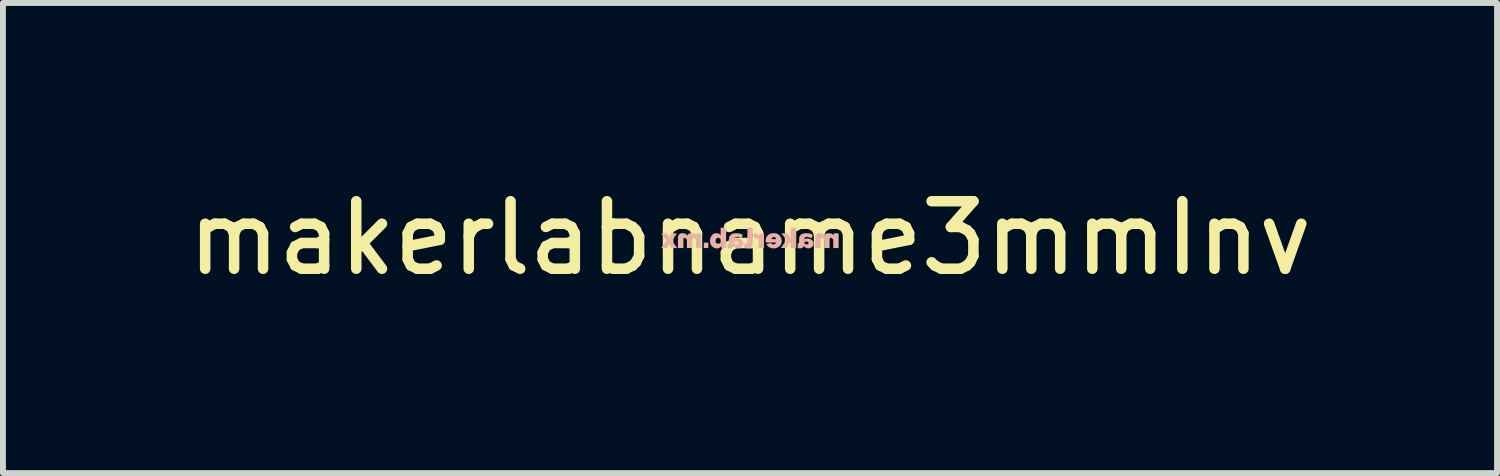
<source format=kicad_pcb>
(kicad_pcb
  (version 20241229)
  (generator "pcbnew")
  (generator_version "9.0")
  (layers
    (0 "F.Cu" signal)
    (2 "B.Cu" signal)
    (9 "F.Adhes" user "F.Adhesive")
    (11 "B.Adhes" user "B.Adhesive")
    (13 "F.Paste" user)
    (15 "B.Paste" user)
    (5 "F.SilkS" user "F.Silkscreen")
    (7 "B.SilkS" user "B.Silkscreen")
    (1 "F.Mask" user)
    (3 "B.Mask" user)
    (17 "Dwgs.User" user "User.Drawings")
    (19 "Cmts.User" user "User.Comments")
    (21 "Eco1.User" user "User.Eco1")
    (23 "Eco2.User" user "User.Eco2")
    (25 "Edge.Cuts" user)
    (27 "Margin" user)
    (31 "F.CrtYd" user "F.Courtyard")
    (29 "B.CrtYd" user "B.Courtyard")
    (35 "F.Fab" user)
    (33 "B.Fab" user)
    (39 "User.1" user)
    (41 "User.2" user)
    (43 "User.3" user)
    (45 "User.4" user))
  (footprint "makerlabname3mmInv"
    (layer "F.Cu")
    (at 9.65 0.981)
    (property "Reference" "makerlabname3mmInv" (at 0 0 0) (layer "F.SilkS") (effects (font (size 1.143 1.143) (thickness 0.178))))
    (attr through_hole)
    (fp_poly (pts (xy -0.78 0.168) (xy -0.744 0.168) (xy -0.709 0.168) (xy -0.709 0.124) (xy -0.709 0.081) (xy -0.744 0.081) (xy -0.78 0.081) (xy -0.78 0.124) (xy -0.78 0.168)) (stroke (width 0.003) (type solid)) (fill yes) (layer "B.SilkS"))
    (fp_poly (pts (xy 0.071 -0.003) (xy 0.086 0) (xy 0.102 0) (xy 0.117 0.005) (xy 0.13 0.008) (xy 0.14 0.013) (xy 0.145 0.018) (xy 0.15 0.02) (xy 0.15 0.094) (xy 0.15 0.168) (xy 0.193 0.168) (xy 0.236 0.168) (xy 0.236 0.046) (xy 0.236 -0.079) (xy 0.198 -0.076) (xy 0.157 -0.076) (xy 0.157 -0.053) (xy 0.157 -0.033) (xy 0.15 -0.043) (xy 0.14 -0.056) (xy 0.127 -0.066) (xy 0.114 -0.074) (xy 0.102 -0.079) (xy 0.091 -0.081) (xy 0.086 -0.081) (xy 0.081 -0.081) (xy 0.076 -0.081) (xy 0.071 -0.081) (xy 0.071 -0.041) (xy 0.071 -0.003)) (stroke (width 0.003) (type solid)) (fill yes) (layer "B.SilkS"))
    (fp_poly (pts (xy 0.526 0.168) (xy 0.574 0.168) (xy 0.62 0.168) (xy 0.645 0.124) (xy 0.653 0.114) (xy 0.658 0.104) (xy 0.663 0.097) (xy 0.668 0.089) (xy 0.671 0.084) (xy 0.673 0.081) (xy 0.676 0.081) (xy 0.678 0.081) (xy 0.681 0.086) (xy 0.683 0.089) (xy 0.693 0.097) (xy 0.693 0.132) (xy 0.693 0.168) (xy 0.737 0.168) (xy 0.78 0.168) (xy 0.78 -0.003) (xy 0.782 -0.173) (xy 0.737 -0.173) (xy 0.693 -0.173) (xy 0.691 -0.079) (xy 0.691 0.013) (xy 0.66 -0.033) (xy 0.627 -0.079) (xy 0.582 -0.079) (xy 0.569 -0.079) (xy 0.559 -0.079) (xy 0.551 -0.076) (xy 0.544 -0.076) (xy 0.538 -0.076) (xy 0.536 -0.076) (xy 0.538 -0.071) (xy 0.544 -0.066) (xy 0.549 -0.058) (xy 0.556 -0.051) (xy 0.564 -0.041) (xy 0.572 -0.03) (xy 0.577 -0.023) (xy 0.584 -0.013) (xy 0.592 -0.003) (xy 0.599 0.008) (xy 0.607 0.015) (xy 0.612 0.02) (xy 0.615 0.025) (xy 0.617 0.028) (xy 0.617 0.03) (xy 0.615 0.036) (xy 0.61 0.041) (xy 0.605 0.048) (xy 0.599 0.058) (xy 0.592 0.069) (xy 0.584 0.081) (xy 0.577 0.094) (xy 0.572 0.099) (xy 0.526 0.168)) (stroke (width 0.003) (type solid)) (fill yes) (layer "B.SilkS"))
    (fp_poly (pts (xy -0.099 0.152) (xy -0.099 0.157) (xy -0.097 0.157) (xy -0.094 0.16) (xy -0.091 0.163) (xy -0.084 0.163) (xy -0.069 0.168) (xy -0.056 0.17) (xy -0.041 0.173) (xy -0.025 0.173) (xy -0.013 0.173) (xy -0.008 0.17) (xy 0.003 0.168) (xy 0.01 0.165) (xy 0.018 0.16) (xy 0.023 0.157) (xy 0.03 0.15) (xy 0.036 0.142) (xy 0.041 0.13) (xy 0.041 0.127) (xy 0.043 0.127) (xy 0.043 0.124) (xy 0.043 0.122) (xy 0.043 0.117) (xy 0.043 0.114) (xy 0.043 0.107) (xy 0.043 0.099) (xy 0.043 0.091) (xy 0.043 0.081) (xy 0.043 0.069) (xy 0.043 0.053) (xy 0.046 0.038) (xy 0.046 0.018) (xy 0.046 -0.005) (xy 0.046 -0.025) (xy 0.046 -0.173) (xy 0 -0.173) (xy -0.043 -0.173) (xy -0.043 -0.051) (xy -0.043 -0.025) (xy -0.043 0) (xy -0.043 0.02) (xy -0.043 0.036) (xy -0.043 0.051) (xy -0.043 0.061) (xy -0.046 0.069) (xy -0.046 0.074) (xy -0.046 0.076) (xy -0.048 0.084) (xy -0.053 0.089) (xy -0.061 0.091) (xy -0.069 0.091) (xy -0.076 0.091) (xy -0.081 0.089) (xy -0.086 0.089) (xy -0.089 0.089) (xy -0.091 0.091) (xy -0.091 0.094) (xy -0.091 0.099) (xy -0.094 0.107) (xy -0.097 0.119) (xy -0.097 0.122) (xy -0.099 0.132) (xy -0.099 0.142) (xy -0.099 0.147) (xy -0.099 0.152)) (stroke (width 0.003) (type solid)) (fill yes) (layer "B.SilkS"))
    (fp_poly (pts (xy -0.676 0.046) (xy -0.676 0.061) (xy -0.673 0.079) (xy -0.668 0.097) (xy -0.66 0.112) (xy -0.653 0.124) (xy -0.643 0.137) (xy -0.63 0.15) (xy -0.617 0.157) (xy -0.612 0.16) (xy -0.605 0.165) (xy -0.597 0.168) (xy -0.589 0.17) (xy -0.587 0.17) (xy -0.584 0.17) (xy -0.584 0.048) (xy -0.584 0.041) (xy -0.584 0.036) (xy -0.582 0.03) (xy -0.582 0.025) (xy -0.579 0.023) (xy -0.574 0.013) (xy -0.569 0.008) (xy -0.564 0.003) (xy -0.559 -0.003) (xy -0.549 -0.005) (xy -0.538 -0.008) (xy -0.528 -0.005) (xy -0.518 0) (xy -0.511 0.008) (xy -0.5 0.018) (xy -0.495 0.028) (xy -0.495 0.051) (xy -0.495 0.074) (xy -0.5 0.081) (xy -0.511 0.089) (xy -0.521 0.094) (xy -0.531 0.097) (xy -0.536 0.097) (xy -0.544 0.097) (xy -0.551 0.097) (xy -0.554 0.097) (xy -0.561 0.091) (xy -0.572 0.084) (xy -0.577 0.076) (xy -0.579 0.071) (xy -0.582 0.066) (xy -0.584 0.064) (xy -0.584 0.058) (xy -0.584 0.053) (xy -0.584 0.048) (xy -0.584 0.17) (xy -0.577 0.173) (xy -0.561 0.173) (xy -0.549 0.173) (xy -0.538 0.17) (xy -0.533 0.17) (xy -0.518 0.163) (xy -0.505 0.155) (xy -0.495 0.145) (xy -0.488 0.137) (xy -0.483 0.132) (xy -0.483 0.15) (xy -0.483 0.168) (xy -0.445 0.168) (xy -0.406 0.168) (xy -0.406 -0.003) (xy -0.406 -0.173) (xy -0.45 -0.173) (xy -0.495 -0.173) (xy -0.495 -0.107) (xy -0.495 -0.041) (xy -0.5 -0.051) (xy -0.511 -0.061) (xy -0.521 -0.069) (xy -0.536 -0.076) (xy -0.549 -0.079) (xy -0.556 -0.081) (xy -0.564 -0.081) (xy -0.577 -0.081) (xy -0.584 -0.081) (xy -0.594 -0.079) (xy -0.61 -0.074) (xy -0.625 -0.064) (xy -0.638 -0.053) (xy -0.648 -0.041) (xy -0.658 -0.025) (xy -0.665 -0.01) (xy -0.671 0.008) (xy -0.676 0.028) (xy -0.676 0.046)) (stroke (width 0.003) (type solid)) (fill yes) (layer "B.SilkS"))
    (fp_poly (pts (xy 1.105 0.168) (xy 1.148 0.168) (xy 1.194 0.168) (xy 1.194 0.094) (xy 1.194 0.074) (xy 1.194 0.056) (xy 1.194 0.043) (xy 1.194 0.03) (xy 1.194 0.023) (xy 1.194 0.018) (xy 1.196 0.015) (xy 1.196 0.013) (xy 1.199 0.008) (xy 1.204 0) (xy 1.212 -0.003) (xy 1.219 -0.005) (xy 1.222 -0.005) (xy 1.229 0) (xy 1.24 0.005) (xy 1.247 0.013) (xy 1.252 0.02) (xy 1.252 0.023) (xy 1.257 0.03) (xy 1.257 0.099) (xy 1.257 0.168) (xy 1.3 0.168) (xy 1.346 0.168) (xy 1.346 0.091) (xy 1.346 0.018) (xy 1.349 0.01) (xy 1.354 0.003) (xy 1.361 -0.003) (xy 1.369 -0.005) (xy 1.377 -0.003) (xy 1.384 0) (xy 1.394 0.005) (xy 1.394 0.008) (xy 1.4 0.013) (xy 1.402 0.015) (xy 1.405 0.018) (xy 1.407 0.02) (xy 1.407 0.023) (xy 1.41 0.028) (xy 1.41 0.033) (xy 1.41 0.041) (xy 1.41 0.048) (xy 1.41 0.061) (xy 1.41 0.074) (xy 1.41 0.089) (xy 1.41 0.099) (xy 1.41 0.168) (xy 1.455 0.168) (xy 1.499 0.168) (xy 1.499 0.046) (xy 1.499 -0.079) (xy 1.46 -0.079) (xy 1.42 -0.079) (xy 1.42 -0.061) (xy 1.42 -0.043) (xy 1.41 -0.053) (xy 1.397 -0.064) (xy 1.382 -0.071) (xy 1.367 -0.076) (xy 1.349 -0.079) (xy 1.333 -0.081) (xy 1.318 -0.081) (xy 1.308 -0.079) (xy 1.298 -0.076) (xy 1.29 -0.071) (xy 1.285 -0.069) (xy 1.28 -0.066) (xy 1.275 -0.061) (xy 1.273 -0.056) (xy 1.267 -0.048) (xy 1.265 -0.046) (xy 1.265 -0.043) (xy 1.265 -0.041) (xy 1.262 -0.041) (xy 1.26 -0.043) (xy 1.257 -0.048) (xy 1.252 -0.051) (xy 1.247 -0.056) (xy 1.242 -0.061) (xy 1.237 -0.066) (xy 1.234 -0.066) (xy 1.217 -0.074) (xy 1.199 -0.079) (xy 1.181 -0.081) (xy 1.163 -0.081) (xy 1.151 -0.079) (xy 1.138 -0.071) (xy 1.128 -0.064) (xy 1.12 -0.053) (xy 1.115 -0.046) (xy 1.113 -0.041) (xy 1.113 -0.038) (xy 1.11 -0.033) (xy 1.11 -0.03) (xy 1.107 -0.025) (xy 1.107 -0.018) (xy 1.107 -0.013) (xy 1.105 -0.003) (xy 1.105 0.005) (xy 1.105 0.018) (xy 1.105 0.033) (xy 1.105 0.048) (xy 1.105 0.069) (xy 1.105 0.079) (xy 1.105 0.168)) (stroke (width 0.003) (type solid)) (fill yes) (layer "B.SilkS"))
    (fp_poly (pts (xy 0.267 0.048) (xy 0.269 0.056) (xy 0.269 0.064) (xy 0.269 0.069) (xy 0.269 0.071) (xy 0.272 0.071) (xy 0.277 0.071) (xy 0.284 0.074) (xy 0.295 0.074) (xy 0.305 0.074) (xy 0.318 0.074) (xy 0.335 0.074) (xy 0.356 0.074) (xy 0.363 0.074) (xy 0.363 0.02) (xy 0.363 0.015) (xy 0.363 0.01) (xy 0.366 0.005) (xy 0.371 -0.003) (xy 0.373 -0.008) (xy 0.381 -0.013) (xy 0.389 -0.015) (xy 0.396 -0.018) (xy 0.404 -0.018) (xy 0.409 -0.018) (xy 0.417 -0.018) (xy 0.419 -0.015) (xy 0.422 -0.015) (xy 0.429 -0.01) (xy 0.434 -0.003) (xy 0.439 0.005) (xy 0.442 0.013) (xy 0.442 0.015) (xy 0.442 0.02) (xy 0.404 0.02) (xy 0.363 0.02) (xy 0.363 0.074) (xy 0.373 0.074) (xy 0.391 0.074) (xy 0.404 0.074) (xy 0.414 0.074) (xy 0.422 0.074) (xy 0.429 0.074) (xy 0.434 0.074) (xy 0.437 0.074) (xy 0.439 0.076) (xy 0.442 0.079) (xy 0.439 0.079) (xy 0.439 0.081) (xy 0.439 0.084) (xy 0.434 0.091) (xy 0.429 0.099) (xy 0.419 0.104) (xy 0.409 0.107) (xy 0.401 0.109) (xy 0.394 0.109) (xy 0.386 0.109) (xy 0.381 0.107) (xy 0.378 0.107) (xy 0.371 0.102) (xy 0.366 0.099) (xy 0.361 0.094) (xy 0.356 0.089) (xy 0.356 0.086) (xy 0.353 0.086) (xy 0.351 0.086) (xy 0.345 0.089) (xy 0.338 0.089) (xy 0.328 0.091) (xy 0.318 0.094) (xy 0.279 0.107) (xy 0.282 0.109) (xy 0.29 0.122) (xy 0.3 0.135) (xy 0.312 0.145) (xy 0.328 0.155) (xy 0.343 0.163) (xy 0.358 0.168) (xy 0.368 0.17) (xy 0.378 0.17) (xy 0.391 0.173) (xy 0.404 0.173) (xy 0.417 0.173) (xy 0.427 0.17) (xy 0.434 0.17) (xy 0.452 0.165) (xy 0.47 0.157) (xy 0.488 0.147) (xy 0.5 0.135) (xy 0.513 0.122) (xy 0.521 0.107) (xy 0.528 0.089) (xy 0.533 0.069) (xy 0.536 0.051) (xy 0.536 0.038) (xy 0.533 0.018) (xy 0.526 0) (xy 0.518 -0.018) (xy 0.508 -0.033) (xy 0.495 -0.048) (xy 0.483 -0.058) (xy 0.465 -0.069) (xy 0.447 -0.076) (xy 0.427 -0.079) (xy 0.417 -0.081) (xy 0.394 -0.081) (xy 0.373 -0.079) (xy 0.353 -0.074) (xy 0.335 -0.069) (xy 0.32 -0.058) (xy 0.305 -0.046) (xy 0.292 -0.033) (xy 0.282 -0.018) (xy 0.274 0) (xy 0.272 0.013) (xy 0.269 0.018) (xy 0.269 0.025) (xy 0.269 0.03) (xy 0.267 0.041) (xy 0.267 0.048)) (stroke (width 0.003) (type solid)) (fill yes) (layer "B.SilkS"))
    (fp_poly (pts (xy -1.499 0.168) (xy -1.494 0.168) (xy -1.486 0.168) (xy -1.478 0.168) (xy -1.468 0.168) (xy -1.458 0.168) (xy -1.455 0.168) (xy -1.41 0.168) (xy -1.392 0.14) (xy -1.387 0.13) (xy -1.382 0.122) (xy -1.377 0.114) (xy -1.374 0.109) (xy -1.372 0.107) (xy -1.372 0.104) (xy -1.369 0.099) (xy -1.367 0.107) (xy -1.364 0.109) (xy -1.361 0.114) (xy -1.356 0.122) (xy -1.351 0.13) (xy -1.346 0.14) (xy -1.344 0.14) (xy -1.328 0.168) (xy -1.283 0.168) (xy -1.273 0.168) (xy -1.262 0.168) (xy -1.252 0.168) (xy -1.245 0.168) (xy -1.24 0.168) (xy -1.24 0.165) (xy -1.242 0.163) (xy -1.245 0.155) (xy -1.25 0.15) (xy -1.257 0.14) (xy -1.265 0.13) (xy -1.273 0.117) (xy -1.28 0.107) (xy -1.29 0.091) (xy -1.3 0.079) (xy -1.306 0.066) (xy -1.313 0.058) (xy -1.316 0.051) (xy -1.318 0.046) (xy -1.321 0.043) (xy -1.318 0.043) (xy -1.316 0.038) (xy -1.313 0.033) (xy -1.308 0.025) (xy -1.3 0.015) (xy -1.293 0.005) (xy -1.285 -0.008) (xy -1.28 -0.018) (xy -1.273 -0.03) (xy -1.265 -0.041) (xy -1.257 -0.051) (xy -1.252 -0.058) (xy -1.247 -0.066) (xy -1.242 -0.074) (xy -1.24 -0.076) (xy -1.242 -0.076) (xy -1.245 -0.076) (xy -1.252 -0.076) (xy -1.26 -0.076) (xy -1.27 -0.076) (xy -1.283 -0.076) (xy -1.285 -0.076) (xy -1.328 -0.076) (xy -1.336 -0.064) (xy -1.341 -0.058) (xy -1.344 -0.051) (xy -1.349 -0.043) (xy -1.354 -0.033) (xy -1.356 -0.03) (xy -1.369 -0.008) (xy -1.372 -0.013) (xy -1.374 -0.018) (xy -1.377 -0.023) (xy -1.382 -0.028) (xy -1.384 -0.038) (xy -1.389 -0.046) (xy -1.392 -0.048) (xy -1.41 -0.076) (xy -1.453 -0.076) (xy -1.466 -0.076) (xy -1.476 -0.076) (xy -1.483 -0.076) (xy -1.491 -0.076) (xy -1.496 -0.076) (xy -1.499 -0.076) (xy -1.496 -0.076) (xy -1.494 -0.071) (xy -1.491 -0.066) (xy -1.486 -0.058) (xy -1.481 -0.048) (xy -1.473 -0.038) (xy -1.466 -0.028) (xy -1.458 -0.015) (xy -1.448 -0.003) (xy -1.44 0.01) (xy -1.433 0.02) (xy -1.427 0.03) (xy -1.422 0.038) (xy -1.42 0.043) (xy -1.417 0.046) (xy -1.42 0.048) (xy -1.422 0.053) (xy -1.425 0.058) (xy -1.43 0.066) (xy -1.438 0.076) (xy -1.445 0.086) (xy -1.453 0.097) (xy -1.458 0.107) (xy -1.468 0.119) (xy -1.476 0.13) (xy -1.481 0.14) (xy -1.488 0.15) (xy -1.494 0.157) (xy -1.496 0.163) (xy -1.499 0.165) (xy -1.499 0.168)) (stroke (width 0.003) (type solid)) (fill yes) (layer "B.SilkS"))
    (fp_poly (pts (xy -1.219 0.168) (xy -1.176 0.168) (xy -1.13 0.168) (xy -1.13 0.094) (xy -1.13 0.074) (xy -1.13 0.056) (xy -1.13 0.043) (xy -1.13 0.03) (xy -1.13 0.023) (xy -1.13 0.018) (xy -1.13 0.015) (xy -1.13 0.013) (xy -1.125 0.008) (xy -1.12 0) (xy -1.115 -0.003) (xy -1.107 -0.005) (xy -1.102 -0.005) (xy -1.095 0) (xy -1.087 0.005) (xy -1.079 0.013) (xy -1.072 0.02) (xy -1.072 0.023) (xy -1.069 0.023) (xy -1.069 0.025) (xy -1.069 0.028) (xy -1.069 0.03) (xy -1.069 0.033) (xy -1.069 0.038) (xy -1.067 0.046) (xy -1.067 0.053) (xy -1.067 0.066) (xy -1.067 0.079) (xy -1.067 0.094) (xy -1.067 0.099) (xy -1.067 0.168) (xy -1.024 0.168) (xy -0.98 0.168) (xy -0.978 0.091) (xy -0.978 0.076) (xy -0.978 0.061) (xy -0.978 0.048) (xy -0.978 0.041) (xy -0.978 0.033) (xy -0.978 0.025) (xy -0.978 0.023) (xy -0.978 0.018) (xy -0.978 0.015) (xy -0.975 0.013) (xy -0.975 0.01) (xy -0.97 0.003) (xy -0.963 -0.003) (xy -0.958 -0.003) (xy -0.947 -0.003) (xy -0.945 -0.003) (xy -0.94 0) (xy -0.935 0.003) (xy -0.93 0.008) (xy -0.925 0.013) (xy -0.922 0.015) (xy -0.919 0.018) (xy -0.919 0.02) (xy -0.917 0.023) (xy -0.917 0.028) (xy -0.914 0.033) (xy -0.914 0.041) (xy -0.914 0.048) (xy -0.914 0.058) (xy -0.914 0.071) (xy -0.914 0.086) (xy -0.914 0.099) (xy -0.914 0.168) (xy -0.869 0.168) (xy -0.826 0.168) (xy -0.826 0.046) (xy -0.826 -0.079) (xy -0.866 -0.079) (xy -0.904 -0.079) (xy -0.904 -0.061) (xy -0.904 -0.043) (xy -0.914 -0.053) (xy -0.927 -0.064) (xy -0.942 -0.071) (xy -0.958 -0.076) (xy -0.978 -0.081) (xy -0.991 -0.081) (xy -1.006 -0.081) (xy -1.019 -0.079) (xy -1.029 -0.076) (xy -1.036 -0.071) (xy -1.046 -0.064) (xy -1.046 -0.061) (xy -1.052 -0.056) (xy -1.057 -0.051) (xy -1.057 -0.048) (xy -1.059 -0.043) (xy -1.062 -0.041) (xy -1.064 -0.046) (xy -1.067 -0.046) (xy -1.072 -0.053) (xy -1.082 -0.061) (xy -1.092 -0.069) (xy -1.102 -0.074) (xy -1.113 -0.076) (xy -1.123 -0.079) (xy -1.135 -0.081) (xy -1.148 -0.081) (xy -1.161 -0.081) (xy -1.173 -0.079) (xy -1.186 -0.071) (xy -1.196 -0.064) (xy -1.206 -0.053) (xy -1.209 -0.046) (xy -1.212 -0.043) (xy -1.214 -0.038) (xy -1.214 -0.033) (xy -1.217 -0.03) (xy -1.217 -0.025) (xy -1.217 -0.018) (xy -1.219 -0.013) (xy -1.219 -0.003) (xy -1.219 0.008) (xy -1.219 0.018) (xy -1.219 0.033) (xy -1.219 0.048) (xy -1.219 0.069) (xy -1.219 0.079) (xy -1.219 0.168)) (stroke (width 0.003) (type solid)) (fill yes) (layer "B.SilkS"))
    (fp_poly (pts (xy -0.376 0.13) (xy -0.376 0.142) (xy -0.376 0.15) (xy -0.376 0.157) (xy -0.376 0.163) (xy -0.376 0.165) (xy -0.376 0.168) (xy -0.373 0.168) (xy -0.368 0.17) (xy -0.363 0.17) (xy -0.353 0.17) (xy -0.345 0.173) (xy -0.338 0.173) (xy -0.335 0.173) (xy -0.32 0.17) (xy -0.307 0.168) (xy -0.3 0.165) (xy -0.292 0.157) (xy -0.287 0.147) (xy -0.282 0.137) (xy -0.282 0.132) (xy -0.269 0.142) (xy -0.267 0.145) (xy -0.267 0.074) (xy -0.267 0.064) (xy -0.257 0.061) (xy -0.244 0.058) (xy -0.234 0.058) (xy -0.224 0.058) (xy -0.216 0.061) (xy -0.208 0.066) (xy -0.201 0.071) (xy -0.198 0.079) (xy -0.196 0.084) (xy -0.196 0.091) (xy -0.198 0.099) (xy -0.203 0.104) (xy -0.208 0.104) (xy -0.213 0.107) (xy -0.224 0.109) (xy -0.231 0.109) (xy -0.241 0.107) (xy -0.249 0.104) (xy -0.257 0.099) (xy -0.262 0.094) (xy -0.264 0.089) (xy -0.267 0.086) (xy -0.267 0.079) (xy -0.267 0.074) (xy -0.267 0.145) (xy -0.257 0.152) (xy -0.244 0.163) (xy -0.229 0.168) (xy -0.221 0.17) (xy -0.211 0.17) (xy -0.201 0.173) (xy -0.191 0.173) (xy -0.18 0.17) (xy -0.175 0.17) (xy -0.16 0.165) (xy -0.145 0.157) (xy -0.135 0.147) (xy -0.124 0.135) (xy -0.117 0.122) (xy -0.114 0.107) (xy -0.112 0.091) (xy -0.114 0.076) (xy -0.119 0.064) (xy -0.127 0.051) (xy -0.137 0.038) (xy -0.147 0.03) (xy -0.163 0.02) (xy -0.178 0.015) (xy -0.183 0.013) (xy -0.188 0.013) (xy -0.193 0.013) (xy -0.198 0.013) (xy -0.206 0.013) (xy -0.216 0.013) (xy -0.218 0.013) (xy -0.229 0.013) (xy -0.239 0.013) (xy -0.244 0.013) (xy -0.251 0.013) (xy -0.257 0.015) (xy -0.264 0.018) (xy -0.267 0.018) (xy -0.267 0.015) (xy -0.267 0.01) (xy -0.267 0.008) (xy -0.264 0) (xy -0.262 -0.01) (xy -0.254 -0.015) (xy -0.246 -0.018) (xy -0.236 -0.02) (xy -0.229 -0.02) (xy -0.213 -0.02) (xy -0.196 -0.018) (xy -0.178 -0.013) (xy -0.163 -0.003) (xy -0.16 -0.003) (xy -0.155 0) (xy -0.152 0.003) (xy -0.15 0.003) (xy -0.147 0.003) (xy -0.145 -0.003) (xy -0.142 -0.01) (xy -0.137 -0.018) (xy -0.135 -0.025) (xy -0.132 -0.033) (xy -0.13 -0.041) (xy -0.127 -0.046) (xy -0.124 -0.048) (xy -0.124 -0.051) (xy -0.127 -0.053) (xy -0.13 -0.056) (xy -0.137 -0.058) (xy -0.142 -0.061) (xy -0.15 -0.064) (xy -0.157 -0.069) (xy -0.165 -0.071) (xy -0.185 -0.076) (xy -0.208 -0.079) (xy -0.234 -0.081) (xy -0.251 -0.081) (xy -0.264 -0.079) (xy -0.277 -0.076) (xy -0.287 -0.074) (xy -0.3 -0.069) (xy -0.305 -0.069) (xy -0.318 -0.058) (xy -0.33 -0.048) (xy -0.34 -0.036) (xy -0.348 -0.023) (xy -0.351 -0.01) (xy -0.353 -0.005) (xy -0.353 0) (xy -0.353 0.005) (xy -0.356 0.015) (xy -0.356 0.025) (xy -0.356 0.038) (xy -0.356 0.041) (xy -0.356 0.053) (xy -0.356 0.066) (xy -0.356 0.074) (xy -0.358 0.079) (xy -0.358 0.084) (xy -0.361 0.089) (xy -0.366 0.091) (xy -0.371 0.094) (xy -0.373 0.094) (xy -0.376 0.094) (xy -0.376 0.097) (xy -0.376 0.102) (xy -0.376 0.107) (xy -0.376 0.117) (xy -0.376 0.127) (xy -0.376 0.13)) (stroke (width 0.003) (type solid)) (fill yes) (layer "B.SilkS"))
    (fp_poly (pts (xy 0.81 0.13) (xy 0.81 0.142) (xy 0.81 0.15) (xy 0.81 0.157) (xy 0.81 0.163) (xy 0.81 0.165) (xy 0.813 0.168) (xy 0.818 0.17) (xy 0.826 0.17) (xy 0.833 0.17) (xy 0.843 0.173) (xy 0.851 0.173) (xy 0.853 0.173) (xy 0.869 0.17) (xy 0.879 0.168) (xy 0.889 0.163) (xy 0.897 0.157) (xy 0.902 0.147) (xy 0.904 0.135) (xy 0.907 0.132) (xy 0.909 0.132) (xy 0.912 0.135) (xy 0.914 0.14) (xy 0.919 0.142) (xy 0.919 0.145) (xy 0.919 0.076) (xy 0.919 0.074) (xy 0.922 0.064) (xy 0.932 0.061) (xy 0.94 0.061) (xy 0.953 0.058) (xy 0.963 0.058) (xy 0.97 0.061) (xy 0.975 0.064) (xy 0.983 0.069) (xy 0.988 0.074) (xy 0.991 0.076) (xy 0.991 0.081) (xy 0.991 0.084) (xy 0.991 0.091) (xy 0.988 0.099) (xy 0.983 0.104) (xy 0.98 0.104) (xy 0.973 0.107) (xy 0.965 0.109) (xy 0.955 0.109) (xy 0.947 0.107) (xy 0.945 0.107) (xy 0.937 0.104) (xy 0.93 0.099) (xy 0.925 0.094) (xy 0.922 0.089) (xy 0.922 0.084) (xy 0.919 0.076) (xy 0.919 0.145) (xy 0.932 0.152) (xy 0.945 0.163) (xy 0.958 0.168) (xy 0.968 0.17) (xy 0.978 0.17) (xy 0.991 0.173) (xy 1.001 0.17) (xy 1.011 0.17) (xy 1.013 0.17) (xy 1.029 0.163) (xy 1.044 0.155) (xy 1.054 0.147) (xy 1.064 0.135) (xy 1.069 0.122) (xy 1.074 0.109) (xy 1.074 0.094) (xy 1.074 0.079) (xy 1.072 0.074) (xy 1.067 0.061) (xy 1.059 0.048) (xy 1.049 0.038) (xy 1.036 0.028) (xy 1.024 0.02) (xy 1.008 0.015) (xy 1.001 0.013) (xy 0.991 0.013) (xy 0.978 0.01) (xy 0.968 0.01) (xy 0.955 0.01) (xy 0.945 0.013) (xy 0.935 0.015) (xy 0.932 0.015) (xy 0.927 0.018) (xy 0.922 0.018) (xy 0.919 0.018) (xy 0.919 0.013) (xy 0.919 0.01) (xy 0.922 0) (xy 0.927 -0.008) (xy 0.932 -0.015) (xy 0.94 -0.018) (xy 0.95 -0.02) (xy 0.963 -0.023) (xy 0.98 -0.02) (xy 0.998 -0.015) (xy 1.016 -0.008) (xy 1.029 -0.003) (xy 1.031 0) (xy 1.036 0.003) (xy 1.039 0.003) (xy 1.041 -0.003) (xy 1.044 -0.008) (xy 1.046 -0.015) (xy 1.052 -0.02) (xy 1.054 -0.028) (xy 1.057 -0.036) (xy 1.059 -0.043) (xy 1.062 -0.048) (xy 1.062 -0.051) (xy 1.062 -0.053) (xy 1.057 -0.056) (xy 1.052 -0.058) (xy 1.044 -0.061) (xy 1.036 -0.064) (xy 1.029 -0.069) (xy 1.024 -0.071) (xy 1.003 -0.076) (xy 0.983 -0.079) (xy 0.96 -0.081) (xy 0.94 -0.081) (xy 0.922 -0.079) (xy 0.902 -0.074) (xy 0.886 -0.069) (xy 0.879 -0.066) (xy 0.866 -0.056) (xy 0.853 -0.046) (xy 0.846 -0.033) (xy 0.838 -0.018) (xy 0.836 -0.013) (xy 0.836 -0.01) (xy 0.836 -0.005) (xy 0.833 -0.003) (xy 0.833 0.003) (xy 0.833 0.01) (xy 0.833 0.018) (xy 0.833 0.028) (xy 0.833 0.041) (xy 0.831 0.053) (xy 0.831 0.066) (xy 0.831 0.074) (xy 0.831 0.079) (xy 0.831 0.084) (xy 0.828 0.084) (xy 0.826 0.089) (xy 0.82 0.091) (xy 0.815 0.094) (xy 0.813 0.094) (xy 0.81 0.094) (xy 0.81 0.097) (xy 0.81 0.102) (xy 0.81 0.107) (xy 0.81 0.117) (xy 0.81 0.127) (xy 0.81 0.13)) (stroke (width 0.003) (type solid)) (fill yes) (layer "B.SilkS")))
  (gr_rect
    (start -3 -3)
    (end 22.3 4.961)
    (stroke (width 0.1) (type default))
    (fill no)
    (layer "Edge.Cuts")))
</source>
